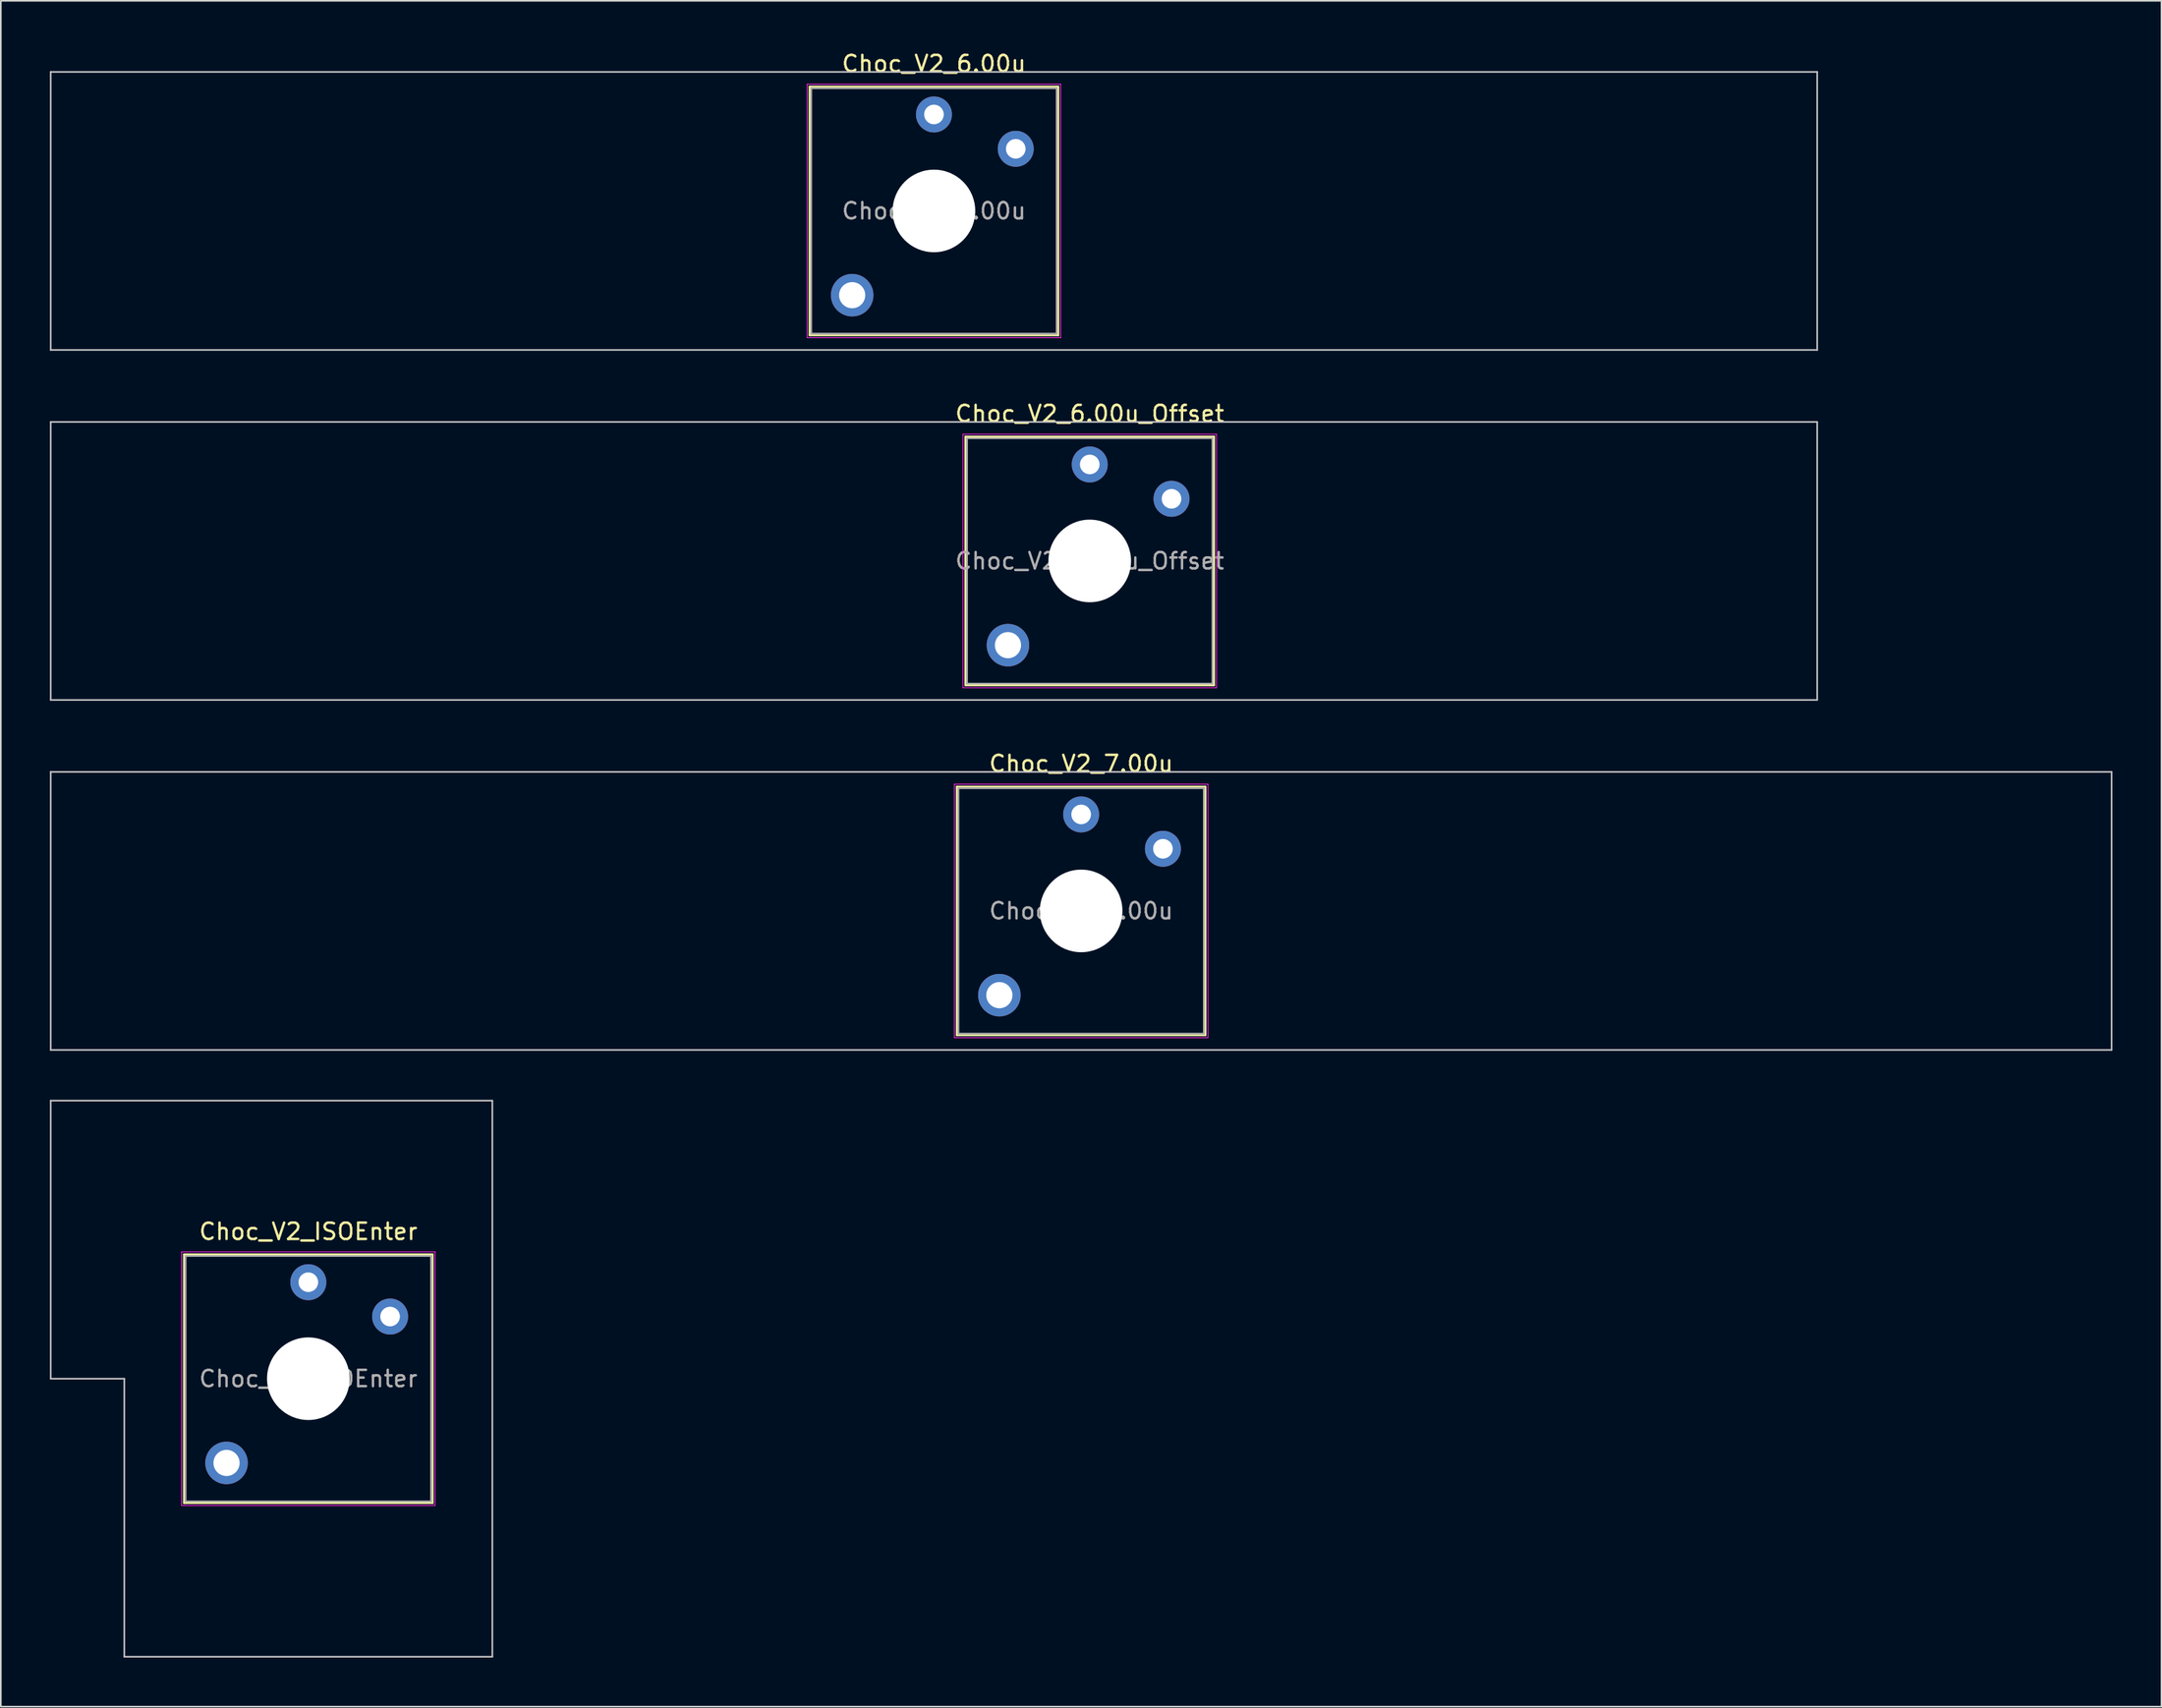
<source format=kicad_pcb>
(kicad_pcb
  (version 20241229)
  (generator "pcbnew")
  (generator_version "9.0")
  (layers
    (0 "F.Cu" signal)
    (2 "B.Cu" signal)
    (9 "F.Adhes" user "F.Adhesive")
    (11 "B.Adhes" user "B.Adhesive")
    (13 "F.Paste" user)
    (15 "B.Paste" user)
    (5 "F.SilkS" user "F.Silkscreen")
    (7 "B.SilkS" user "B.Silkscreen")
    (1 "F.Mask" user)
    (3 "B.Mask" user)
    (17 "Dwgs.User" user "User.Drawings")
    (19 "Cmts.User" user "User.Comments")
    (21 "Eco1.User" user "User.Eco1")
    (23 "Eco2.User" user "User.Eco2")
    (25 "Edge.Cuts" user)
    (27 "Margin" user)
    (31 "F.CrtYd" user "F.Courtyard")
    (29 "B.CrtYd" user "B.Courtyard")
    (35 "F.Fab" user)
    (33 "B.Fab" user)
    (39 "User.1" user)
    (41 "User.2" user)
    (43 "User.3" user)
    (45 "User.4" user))
  (footprint "Choc_V2_6.00u"
    (layer "F.Cu")
    (at 54.05 9.848)
    (property "Reference" "Choc_V2_6.00u" (at 0 -9 0) (layer "F.SilkS") (effects (font (size 1 1) (thickness 0.15))))
    (attr through_hole)
    (fp_line (start -7.6 -7.6) (end -7.6 7.6) (stroke (width 0.12) (type solid)) (layer "F.SilkS"))
    (fp_line (start -7.6 7.6) (end 7.6 7.6) (stroke (width 0.12) (type solid)) (layer "F.SilkS"))
    (fp_line (start 7.6 -7.6) (end -7.6 -7.6) (stroke (width 0.12) (type solid)) (layer "F.SilkS"))
    (fp_line (start 7.6 7.6) (end 7.6 -7.6) (stroke (width 0.12) (type solid)) (layer "F.SilkS"))
    (fp_line (start -54 -8.5) (end -54 8.5) (stroke (width 0.1) (type solid)) (layer "Dwgs.User"))
    (fp_line (start -54 8.5) (end 54 8.5) (stroke (width 0.1) (type solid)) (layer "Dwgs.User"))
    (fp_line (start 54 -8.5) (end -54 -8.5) (stroke (width 0.1) (type solid)) (layer "Dwgs.User"))
    (fp_line (start 54 8.5) (end 54 -8.5) (stroke (width 0.1) (type solid)) (layer "Dwgs.User"))
    (fp_line (start -7.25 -7.25) (end -7.25 7.25) (stroke (width 0.1) (type solid)) (layer "Eco1.User"))
    (fp_line (start -7.25 7.25) (end 7.25 7.25) (stroke (width 0.1) (type solid)) (layer "Eco1.User"))
    (fp_line (start 7.25 -7.25) (end -7.25 -7.25) (stroke (width 0.1) (type solid)) (layer "Eco1.User"))
    (fp_line (start 7.25 7.25) (end 7.25 -7.25) (stroke (width 0.1) (type solid)) (layer "Eco1.User"))
    (fp_line (start -7.75 -7.75) (end -7.75 7.75) (stroke (width 0.05) (type solid)) (layer "F.CrtYd"))
    (fp_line (start -7.75 7.75) (end 7.75 7.75) (stroke (width 0.05) (type solid)) (layer "F.CrtYd"))
    (fp_line (start 7.75 -7.75) (end -7.75 -7.75) (stroke (width 0.05) (type solid)) (layer "F.CrtYd"))
    (fp_line (start 7.75 7.75) (end 7.75 -7.75) (stroke (width 0.05) (type solid)) (layer "F.CrtYd"))
    (fp_line (start -7.5 -7.5) (end -7.5 7.5) (stroke (width 0.1) (type solid)) (layer "F.Fab"))
    (fp_line (start -7.5 7.5) (end 7.5 7.5) (stroke (width 0.1) (type solid)) (layer "F.Fab"))
    (fp_line (start 7.5 -7.5) (end -7.5 -7.5) (stroke (width 0.1) (type solid)) (layer "F.Fab"))
    (fp_line (start 7.5 7.5) (end 7.5 -7.5) (stroke (width 0.1) (type solid)) (layer "F.Fab"))
    (fp_text user "${REFERENCE}" (at 0 0 0) (layer "F.Fab") (effects (font (size 1 1) (thickness 0.15))))
    (pad "" thru_hole circle (at -5 5.15) (size 2.6 2.6) (drill 1.6) (layers "*.Cu" "*.Mask"))
    (pad "" np_thru_hole circle (at 0 0) (size 5.05 5.05) (drill 5.05) (layers "*.Cu" "*.Mask"))
    (pad "1" thru_hole circle (at 0 -5.9) (size 2.2 2.2) (drill 1.2) (layers "*.Cu" "*.Mask"))
    (pad "2" thru_hole circle (at 5 -3.8) (size 2.2 2.2) (drill 1.2) (layers "*.Cu" "*.Mask")))
  (footprint "Choc_V2_7.00u"
    (layer "F.Cu")
    (at 63.05 52.645)
    (property "Reference" "Choc_V2_7.00u" (at 0 -9 0) (layer "F.SilkS") (effects (font (size 1 1) (thickness 0.15))))
    (attr through_hole)
    (fp_line (start -7.6 -7.6) (end -7.6 7.6) (stroke (width 0.12) (type solid)) (layer "F.SilkS"))
    (fp_line (start -7.6 7.6) (end 7.6 7.6) (stroke (width 0.12) (type solid)) (layer "F.SilkS"))
    (fp_line (start 7.6 -7.6) (end -7.6 -7.6) (stroke (width 0.12) (type solid)) (layer "F.SilkS"))
    (fp_line (start 7.6 7.6) (end 7.6 -7.6) (stroke (width 0.12) (type solid)) (layer "F.SilkS"))
    (fp_line (start -63 -8.5) (end -63 8.5) (stroke (width 0.1) (type solid)) (layer "Dwgs.User"))
    (fp_line (start -63 8.5) (end 63 8.5) (stroke (width 0.1) (type solid)) (layer "Dwgs.User"))
    (fp_line (start 63 -8.5) (end -63 -8.5) (stroke (width 0.1) (type solid)) (layer "Dwgs.User"))
    (fp_line (start 63 8.5) (end 63 -8.5) (stroke (width 0.1) (type solid)) (layer "Dwgs.User"))
    (fp_line (start -7.25 -7.25) (end -7.25 7.25) (stroke (width 0.1) (type solid)) (layer "Eco1.User"))
    (fp_line (start -7.25 7.25) (end 7.25 7.25) (stroke (width 0.1) (type solid)) (layer "Eco1.User"))
    (fp_line (start 7.25 -7.25) (end -7.25 -7.25) (stroke (width 0.1) (type solid)) (layer "Eco1.User"))
    (fp_line (start 7.25 7.25) (end 7.25 -7.25) (stroke (width 0.1) (type solid)) (layer "Eco1.User"))
    (fp_line (start -7.75 -7.75) (end -7.75 7.75) (stroke (width 0.05) (type solid)) (layer "F.CrtYd"))
    (fp_line (start -7.75 7.75) (end 7.75 7.75) (stroke (width 0.05) (type solid)) (layer "F.CrtYd"))
    (fp_line (start 7.75 -7.75) (end -7.75 -7.75) (stroke (width 0.05) (type solid)) (layer "F.CrtYd"))
    (fp_line (start 7.75 7.75) (end 7.75 -7.75) (stroke (width 0.05) (type solid)) (layer "F.CrtYd"))
    (fp_line (start -7.5 -7.5) (end -7.5 7.5) (stroke (width 0.1) (type solid)) (layer "F.Fab"))
    (fp_line (start -7.5 7.5) (end 7.5 7.5) (stroke (width 0.1) (type solid)) (layer "F.Fab"))
    (fp_line (start 7.5 -7.5) (end -7.5 -7.5) (stroke (width 0.1) (type solid)) (layer "F.Fab"))
    (fp_line (start 7.5 7.5) (end 7.5 -7.5) (stroke (width 0.1) (type solid)) (layer "F.Fab"))
    (fp_text user "${REFERENCE}" (at 0 0 0) (layer "F.Fab") (effects (font (size 1 1) (thickness 0.15))))
    (pad "" thru_hole circle (at -5 5.15) (size 2.6 2.6) (drill 1.6) (layers "*.Cu" "*.Mask"))
    (pad "" np_thru_hole circle (at 0 0) (size 5.05 5.05) (drill 5.05) (layers "*.Cu" "*.Mask"))
    (pad "1" thru_hole circle (at 0 -5.9) (size 2.2 2.2) (drill 1.2) (layers "*.Cu" "*.Mask"))
    (pad "2" thru_hole circle (at 5 -3.8) (size 2.2 2.2) (drill 1.2) (layers "*.Cu" "*.Mask")))
  (footprint "Choc_V2_ISOEnter"
    (layer "F.Cu")
    (at 15.8 81.245)
    (property "Reference" "Choc_V2_ISOEnter" (at 0 -9 0) (layer "F.SilkS") (effects (font (size 1 1) (thickness 0.15))))
    (attr through_hole)
    (fp_line (start -7.6 -7.6) (end -7.6 7.6) (stroke (width 0.12) (type solid)) (layer "F.SilkS"))
    (fp_line (start -7.6 7.6) (end 7.6 7.6) (stroke (width 0.12) (type solid)) (layer "F.SilkS"))
    (fp_line (start 7.6 -7.6) (end -7.6 -7.6) (stroke (width 0.12) (type solid)) (layer "F.SilkS"))
    (fp_line (start 7.6 7.6) (end 7.6 -7.6) (stroke (width 0.12) (type solid)) (layer "F.SilkS"))
    (fp_line (start -15.75 -17) (end -15.75 0) (stroke (width 0.1) (type solid)) (layer "Dwgs.User"))
    (fp_line (start -15.75 0) (end -11.25 0) (stroke (width 0.1) (type solid)) (layer "Dwgs.User"))
    (fp_line (start -11.25 0) (end -11.25 17) (stroke (width 0.1) (type solid)) (layer "Dwgs.User"))
    (fp_line (start -11.25 17) (end 11.25 17) (stroke (width 0.1) (type solid)) (layer "Dwgs.User"))
    (fp_line (start 11.25 -17) (end -15.75 -17) (stroke (width 0.1) (type solid)) (layer "Dwgs.User"))
    (fp_line (start 11.25 17) (end 11.25 -17) (stroke (width 0.1) (type solid)) (layer "Dwgs.User"))
    (fp_line (start -7.25 -7.25) (end -7.25 7.25) (stroke (width 0.1) (type solid)) (layer "Eco1.User"))
    (fp_line (start -7.25 7.25) (end 7.25 7.25) (stroke (width 0.1) (type solid)) (layer "Eco1.User"))
    (fp_line (start 7.25 -7.25) (end -7.25 -7.25) (stroke (width 0.1) (type solid)) (layer "Eco1.User"))
    (fp_line (start 7.25 7.25) (end 7.25 -7.25) (stroke (width 0.1) (type solid)) (layer "Eco1.User"))
    (fp_line (start -7.75 -7.75) (end -7.75 7.75) (stroke (width 0.05) (type solid)) (layer "F.CrtYd"))
    (fp_line (start -7.75 7.75) (end 7.75 7.75) (stroke (width 0.05) (type solid)) (layer "F.CrtYd"))
    (fp_line (start 7.75 -7.75) (end -7.75 -7.75) (stroke (width 0.05) (type solid)) (layer "F.CrtYd"))
    (fp_line (start 7.75 7.75) (end 7.75 -7.75) (stroke (width 0.05) (type solid)) (layer "F.CrtYd"))
    (fp_line (start -7.5 -7.5) (end -7.5 7.5) (stroke (width 0.1) (type solid)) (layer "F.Fab"))
    (fp_line (start -7.5 7.5) (end 7.5 7.5) (stroke (width 0.1) (type solid)) (layer "F.Fab"))
    (fp_line (start 7.5 -7.5) (end -7.5 -7.5) (stroke (width 0.1) (type solid)) (layer "F.Fab"))
    (fp_line (start 7.5 7.5) (end 7.5 -7.5) (stroke (width 0.1) (type solid)) (layer "F.Fab"))
    (fp_text user "${REFERENCE}" (at 0 0 0) (layer "F.Fab") (effects (font (size 1 1) (thickness 0.15))))
    (pad "" thru_hole circle (at -5 5.15) (size 2.6 2.6) (drill 1.6) (layers "*.Cu" "*.Mask"))
    (pad "" np_thru_hole circle (at 0 0) (size 5.05 5.05) (drill 5.05) (layers "*.Cu" "*.Mask"))
    (pad "1" thru_hole circle (at 0 -5.9) (size 2.2 2.2) (drill 1.2) (layers "*.Cu" "*.Mask"))
    (pad "2" thru_hole circle (at 5 -3.8) (size 2.2 2.2) (drill 1.2) (layers "*.Cu" "*.Mask")))
  (footprint "Choc_V2_6.00u_Offset"
    (layer "F.Cu")
    (at 63.575 31.247)
    (property "Reference" "Choc_V2_6.00u_Offset" (at 0 -9 0) (layer "F.SilkS") (effects (font (size 1 1) (thickness 0.15))))
    (attr through_hole)
    (fp_line (start -7.6 -7.6) (end -7.6 7.6) (stroke (width 0.12) (type solid)) (layer "F.SilkS"))
    (fp_line (start -7.6 7.6) (end 7.6 7.6) (stroke (width 0.12) (type solid)) (layer "F.SilkS"))
    (fp_line (start 7.6 -7.6) (end -7.6 -7.6) (stroke (width 0.12) (type solid)) (layer "F.SilkS"))
    (fp_line (start 7.6 7.6) (end 7.6 -7.6) (stroke (width 0.12) (type solid)) (layer "F.SilkS"))
    (fp_line (start -63.525 -8.5) (end -63.525 8.5) (stroke (width 0.1) (type solid)) (layer "Dwgs.User"))
    (fp_line (start -63.525 8.5) (end 44.475 8.5) (stroke (width 0.1) (type solid)) (layer "Dwgs.User"))
    (fp_line (start 44.475 -8.5) (end -63.525 -8.5) (stroke (width 0.1) (type solid)) (layer "Dwgs.User"))
    (fp_line (start 44.475 8.5) (end 44.475 -8.5) (stroke (width 0.1) (type solid)) (layer "Dwgs.User"))
    (fp_line (start -7.25 -7.25) (end -7.25 7.25) (stroke (width 0.1) (type solid)) (layer "Eco1.User"))
    (fp_line (start -7.25 7.25) (end 7.25 7.25) (stroke (width 0.1) (type solid)) (layer "Eco1.User"))
    (fp_line (start 7.25 -7.25) (end -7.25 -7.25) (stroke (width 0.1) (type solid)) (layer "Eco1.User"))
    (fp_line (start 7.25 7.25) (end 7.25 -7.25) (stroke (width 0.1) (type solid)) (layer "Eco1.User"))
    (fp_line (start -7.75 -7.75) (end -7.75 7.75) (stroke (width 0.05) (type solid)) (layer "F.CrtYd"))
    (fp_line (start -7.75 7.75) (end 7.75 7.75) (stroke (width 0.05) (type solid)) (layer "F.CrtYd"))
    (fp_line (start 7.75 -7.75) (end -7.75 -7.75) (stroke (width 0.05) (type solid)) (layer "F.CrtYd"))
    (fp_line (start 7.75 7.75) (end 7.75 -7.75) (stroke (width 0.05) (type solid)) (layer "F.CrtYd"))
    (fp_line (start -7.5 -7.5) (end -7.5 7.5) (stroke (width 0.1) (type solid)) (layer "F.Fab"))
    (fp_line (start -7.5 7.5) (end 7.5 7.5) (stroke (width 0.1) (type solid)) (layer "F.Fab"))
    (fp_line (start 7.5 -7.5) (end -7.5 -7.5) (stroke (width 0.1) (type solid)) (layer "F.Fab"))
    (fp_line (start 7.5 7.5) (end 7.5 -7.5) (stroke (width 0.1) (type solid)) (layer "F.Fab"))
    (fp_text user "${REFERENCE}" (at 0 0 0) (layer "F.Fab") (effects (font (size 1 1) (thickness 0.15))))
    (pad "" thru_hole circle (at -5 5.15) (size 2.6 2.6) (drill 1.6) (layers "*.Cu" "*.Mask"))
    (pad "" np_thru_hole circle (at 0 0) (size 5.05 5.05) (drill 5.05) (layers "*.Cu" "*.Mask"))
    (pad "1" thru_hole circle (at 0 -5.9) (size 2.2 2.2) (drill 1.2) (layers "*.Cu" "*.Mask"))
    (pad "2" thru_hole circle (at 5 -3.8) (size 2.2 2.2) (drill 1.2) (layers "*.Cu" "*.Mask")))
  (gr_rect
    (start -3 -3)
    (end 129.1 101.295)
    (stroke (width 0.1) (type default))
    (fill no)
    (layer "Edge.Cuts")))
</source>
